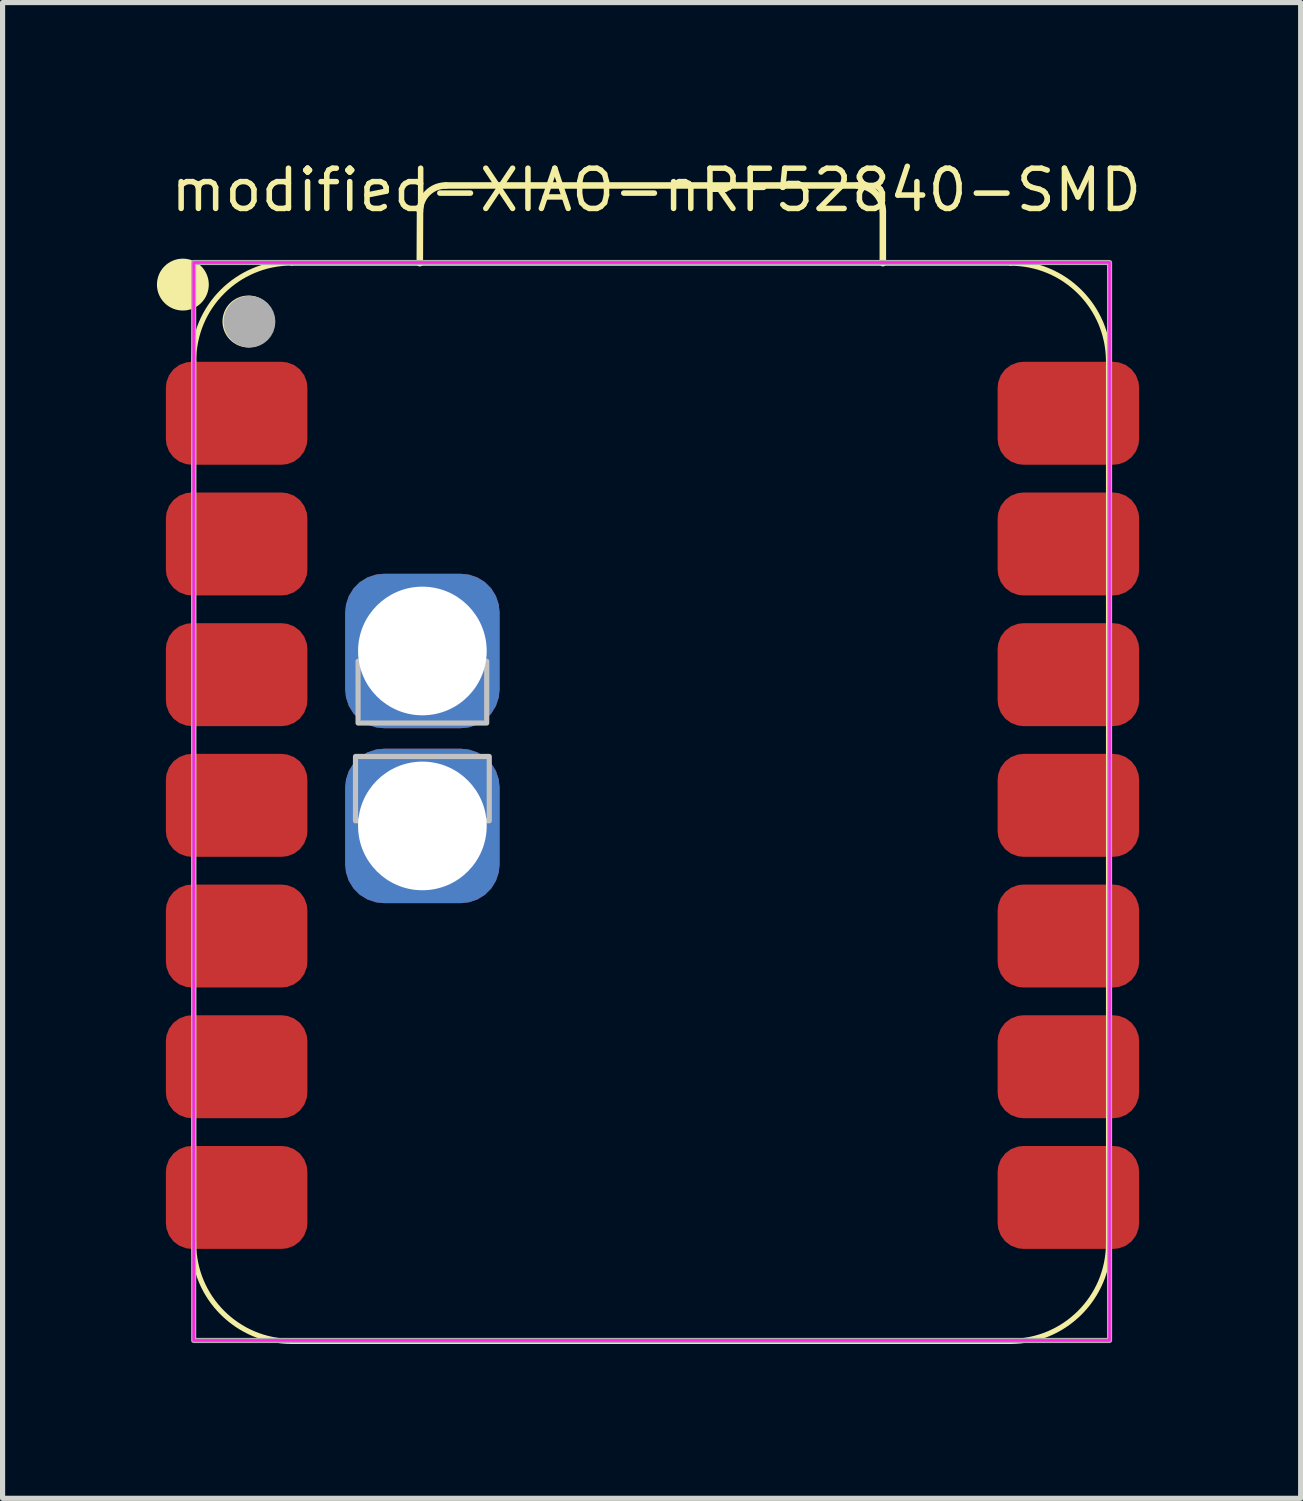
<source format=kicad_pcb>
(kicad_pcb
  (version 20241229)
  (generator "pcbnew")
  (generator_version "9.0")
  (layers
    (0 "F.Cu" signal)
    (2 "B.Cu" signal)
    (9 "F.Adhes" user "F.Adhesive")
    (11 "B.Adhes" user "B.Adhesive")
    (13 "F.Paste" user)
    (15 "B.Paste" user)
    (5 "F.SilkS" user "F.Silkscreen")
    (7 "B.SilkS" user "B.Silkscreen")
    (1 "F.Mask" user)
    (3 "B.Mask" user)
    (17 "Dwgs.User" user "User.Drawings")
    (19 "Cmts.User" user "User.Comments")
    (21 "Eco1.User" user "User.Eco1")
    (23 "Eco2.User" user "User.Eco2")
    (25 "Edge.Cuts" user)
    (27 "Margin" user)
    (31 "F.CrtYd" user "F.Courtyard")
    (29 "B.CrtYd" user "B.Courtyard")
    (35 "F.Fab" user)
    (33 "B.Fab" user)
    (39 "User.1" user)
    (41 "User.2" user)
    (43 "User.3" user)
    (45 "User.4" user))
  (footprint "modified-XIAO-nRF52840-SMD"
    (layer "F.Cu")
    (at 9.659 12.602)
    (property "Reference" "modified-XIAO-nRF52840-SMD" (at -9.445 -11.5 0) (layer "F.SilkS") (effects (font (size 0.782 0.782) (thickness 0.107)) (justify left bottom)))
    (fp_line (start -8.945 8.513) (end -8.945 -8.632) (stroke (width 0.1) (type solid)) (layer "F.SilkS"))
    (fp_line (start -7.04 10.418) (end 6.93 10.418) (stroke (width 0.1) (type solid)) (layer "F.SilkS"))
    (fp_line (start -4.55 -10.537) (end -4.546 -11.547) (stroke (width 0.127) (type solid)) (layer "F.SilkS"))
    (fp_line (start -4.046 -12.047) (end 3.949 -12.047) (stroke (width 0.127) (type solid)) (layer "F.SilkS"))
    (fp_line (start 4.449 -11.547) (end 4.449 -10.537) (stroke (width 0.127) (type solid)) (layer "F.SilkS"))
    (fp_line (start 6.93 -10.537) (end -7.04 -10.537) (stroke (width 0.1) (type solid)) (layer "F.SilkS"))
    (fp_line (start 8.835 8.513) (end 8.835 -8.632) (stroke (width 0.1) (type solid)) (layer "F.SilkS"))
    (fp_arc (start -8.945 -8.636) (mid -8.387038 -9.983038) (end -7.04 -10.541) (stroke (width 0.1) (type solid)) (layer "F.SilkS"))
    (fp_arc (start -7.04 10.418) (mid -8.387038 9.860038) (end -8.945 8.513) (stroke (width 0.1) (type solid)) (layer "F.SilkS"))
    (fp_arc (start -4.546272 -11.547272) (mid -4.399724 -11.900644) (end -4.046272 -12.047) (stroke (width 0.127) (type default)) (layer "F.SilkS"))
    (fp_arc (start 3.949 -12.047) (mid 4.302524 -11.900524) (end 4.449 -11.547) (stroke (width 0.127) (type default)) (layer "F.SilkS"))
    (fp_arc (start 6.93 -10.537) (mid 8.277024 -9.979024) (end 8.835 -8.632) (stroke (width 0.1) (type solid)) (layer "F.SilkS"))
    (fp_arc (start 8.835 8.513) (mid 8.277038 9.860038) (end 6.93 10.418) (stroke (width 0.1) (type solid)) (layer "F.SilkS"))
    (fp_circle (center -9.155 -10.121) (end -9.155 -10.375) (stroke (width 0.5) (type solid)) (fill yes) (layer "F.SilkS"))
    (fp_circle (center -7.881 -9.404) (end -7.881 -9.658) (stroke (width 0.5) (type solid)) (fill yes) (layer "F.SilkS"))
    (fp_rect (start -5.8 -0.95) (end -3.2 0.3) (stroke (width 0.1) (type default)) (fill no) (layer "Dwgs.User"))
    (fp_rect (start -5.75 -2.8) (end -3.25 -1.6) (stroke (width 0.1) (type default)) (fill no) (layer "Dwgs.User"))
    (fp_rect (start -8.945 -10.55) (end 8.855 10.4) (stroke (width 0.05) (type default)) (fill no) (layer "F.CrtYd"))
    (fp_rect (start -8.945 -10.55) (end 8.855 10.4) (stroke (width 0.1) (type default)) (fill no) (layer "F.Fab"))
    (fp_circle (center -7.861 -9.4) (end -7.861 -9.654) (stroke (width 0.5) (type solid)) (fill no) (layer "F.Fab"))
    (pad "1" smd roundrect (at -8.11 -7.62) (size 2.75 2) (layers "F.Cu" "F.Mask" "F.Paste") (roundrect_rratio 0.25))
    (pad "2" smd roundrect (at -8.11 -5.08) (size 2.75 2) (layers "F.Cu" "F.Mask" "F.Paste") (roundrect_rratio 0.25))
    (pad "3" smd roundrect (at -8.11 -2.54) (size 2.75 2) (layers "F.Cu" "F.Mask" "F.Paste") (roundrect_rratio 0.25))
    (pad "4" smd roundrect (at -8.11 0) (size 2.75 2) (layers "F.Cu" "F.Mask" "F.Paste") (roundrect_rratio 0.25))
    (pad "5" smd roundrect (at -8.11 2.54) (size 2.75 2) (layers "F.Cu" "F.Mask" "F.Paste") (roundrect_rratio 0.25))
    (pad "6" smd roundrect (at -8.11 5.08) (size 2.75 2) (layers "F.Cu" "F.Mask" "F.Paste") (roundrect_rratio 0.25))
    (pad "7" smd roundrect (at -8.11 7.62) (size 2.75 2) (layers "F.Cu" "F.Mask" "F.Paste") (roundrect_rratio 0.25))
    (pad "8" smd roundrect (at 8.055 7.62) (size 2.75 2) (layers "F.Cu" "F.Mask" "F.Paste") (roundrect_rratio 0.25))
    (pad "9" smd roundrect (at 8.055 5.08) (size 2.75 2) (layers "F.Cu" "F.Mask" "F.Paste") (roundrect_rratio 0.25))
    (pad "10" smd roundrect (at 8.055 2.54) (size 2.75 2) (layers "F.Cu" "F.Mask" "F.Paste") (roundrect_rratio 0.25))
    (pad "11" smd roundrect (at 8.055 0) (size 2.75 2) (layers "F.Cu" "F.Mask" "F.Paste") (roundrect_rratio 0.25))
    (pad "12" smd roundrect (at 8.055 -2.54) (size 2.75 2) (layers "F.Cu" "F.Mask" "F.Paste") (roundrect_rratio 0.25))
    (pad "13" smd roundrect (at 8.055 -5.08) (size 2.75 2) (layers "F.Cu" "F.Mask" "F.Paste") (roundrect_rratio 0.25))
    (pad "14" smd roundrect (at 8.055 -7.62) (size 2.75 2) (layers "F.Cu" "F.Mask" "F.Paste") (roundrect_rratio 0.25))
    (pad "15" thru_hole roundrect (at -4.5 0.4 180) (size 3 3) (drill oval 2.5) (layers "*.Cu" "*.Mask") (roundrect_rratio 0.25))
    (pad "16" thru_hole roundrect (at -4.5 -3 180) (size 3 3) (drill oval 2.5) (layers "*.Cu" "*.Mask") (roundrect_rratio 0.25)))
  (gr_rect
    (start -3 -3)
    (end 22.228 26.07)
    (stroke (width 0.1) (type default))
    (fill no)
    (layer "Edge.Cuts")))
</source>
